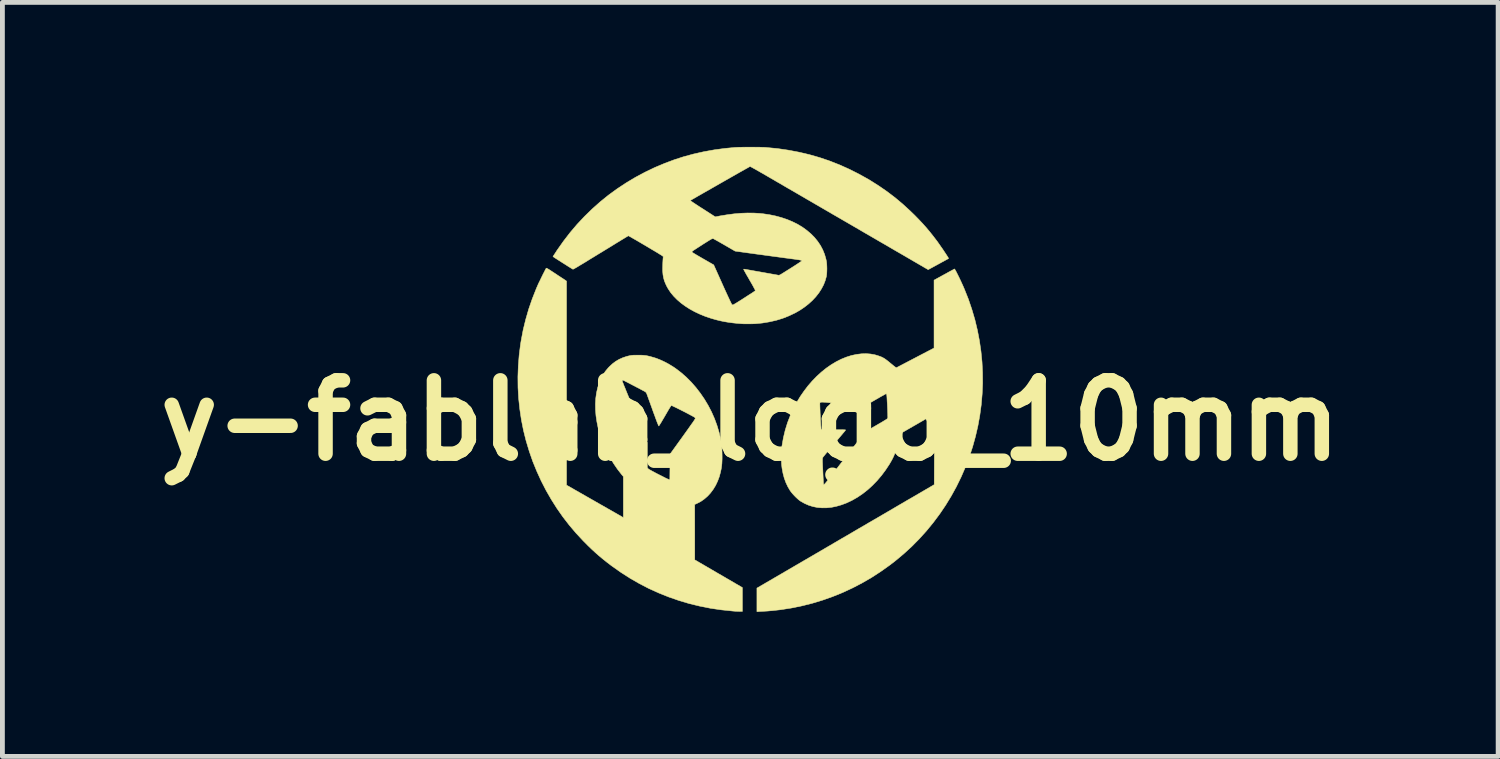
<source format=kicad_pcb>
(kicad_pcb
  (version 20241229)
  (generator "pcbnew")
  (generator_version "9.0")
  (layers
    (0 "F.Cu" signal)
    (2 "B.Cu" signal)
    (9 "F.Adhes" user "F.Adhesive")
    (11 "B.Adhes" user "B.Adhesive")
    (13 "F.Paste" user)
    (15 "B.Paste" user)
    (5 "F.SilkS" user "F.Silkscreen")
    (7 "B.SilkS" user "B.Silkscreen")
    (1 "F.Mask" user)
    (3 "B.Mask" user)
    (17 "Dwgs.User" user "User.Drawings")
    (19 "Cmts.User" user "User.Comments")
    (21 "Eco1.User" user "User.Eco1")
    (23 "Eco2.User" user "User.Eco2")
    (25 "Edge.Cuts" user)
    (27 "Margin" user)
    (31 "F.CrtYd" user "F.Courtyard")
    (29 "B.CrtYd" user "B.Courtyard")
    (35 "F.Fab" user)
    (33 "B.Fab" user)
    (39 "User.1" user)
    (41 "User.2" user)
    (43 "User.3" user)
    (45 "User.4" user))
  (footprint "y-fablab_logo_10mm"
    (layer "F.Cu")
    (at 12.526 4.918)
    (property "Reference" "y-fablab_logo_10mm" (at 0 0.762 0) (layer "F.SilkS") (effects (font (size 1.524 1.524) (thickness 0.3))))
    (attr through_hole)
    (fp_poly (pts (xy -4.226 -2.399) (xy -4.217 -2.395) (xy -4.205 -2.388) (xy -4.187 -2.378) (xy -4.165 -2.364) (xy -4.136 -2.345) (xy -4.101 -2.322) (xy -4.058 -2.294) (xy -4.038 -2.281) (xy -3.997 -2.253) (xy -3.958 -2.228) (xy -3.922 -2.204) (xy -3.891 -2.184) (xy -3.865 -2.167) (xy -3.846 -2.154) (xy -3.833 -2.145) (xy -3.83 -2.143) (xy -3.815 -2.132) (xy -3.815 2.103) (xy -3.225 2.44) (xy -2.635 2.777) (xy -2.635 1.925) (xy -2.669 1.885) (xy -2.755 1.775) (xy -2.834 1.66) (xy -2.906 1.542) (xy -2.972 1.42) (xy -3.029 1.297) (xy -3.08 1.171) (xy -3.123 1.045) (xy -3.158 0.918) (xy -3.184 0.791) (xy -3.203 0.665) (xy -3.213 0.541) (xy -3.215 0.419) (xy -3.208 0.301) (xy -3.192 0.186) (xy -3.167 0.077) (xy -3.137 -0.019) (xy -3.115 -0.07) (xy -2.659 -0.07) (xy -2.658 -0.056) (xy -2.655 -0.047) (xy -2.652 -0.039) (xy -2.645 -0.022) (xy -2.635 0.003) (xy -2.622 0.037) (xy -2.605 0.077) (xy -2.586 0.125) (xy -2.564 0.179) (xy -2.54 0.238) (xy -2.513 0.302) (xy -2.486 0.37) (xy -2.456 0.442) (xy -2.425 0.517) (xy -2.394 0.595) (xy -2.392 0.597) (xy -2.138 1.219) (xy -2.138 1.739) (xy -2.126 1.757) (xy -2.121 1.762) (xy -2.113 1.768) (xy -2.101 1.776) (xy -2.084 1.786) (xy -2.061 1.799) (xy -2.032 1.815) (xy -1.996 1.834) (xy -1.952 1.858) (xy -1.905 1.882) (xy -1.847 1.911) (xy -1.798 1.936) (xy -1.757 1.957) (xy -1.725 1.972) (xy -1.701 1.982) (xy -1.687 1.988) (xy -1.683 1.988) (xy -1.67 1.987) (xy -1.667 1.722) (xy -1.664 1.458) (xy -1.403 1.096) (xy -1.35 1.022) (xy -1.302 0.955) (xy -1.261 0.897) (xy -1.226 0.847) (xy -1.196 0.806) (xy -1.173 0.772) (xy -1.157 0.747) (xy -1.146 0.73) (xy -1.142 0.721) (xy -1.142 0.721) (xy -1.145 0.707) (xy -1.152 0.698) (xy -1.159 0.693) (xy -1.175 0.684) (xy -1.198 0.671) (xy -1.226 0.656) (xy -1.26 0.638) (xy -1.297 0.618) (xy -1.337 0.597) (xy -1.378 0.576) (xy -1.42 0.555) (xy -1.461 0.534) (xy -1.501 0.514) (xy -1.537 0.496) (xy -1.569 0.481) (xy -1.597 0.468) (xy -1.618 0.458) (xy -1.631 0.452) (xy -1.636 0.451) (xy -1.64 0.453) (xy -1.646 0.458) (xy -1.653 0.468) (xy -1.663 0.483) (xy -1.676 0.504) (xy -1.693 0.531) (xy -1.713 0.565) (xy -1.737 0.607) (xy -1.766 0.657) (xy -1.77 0.664) (xy -1.797 0.71) (xy -1.822 0.752) (xy -1.844 0.79) (xy -1.863 0.821) (xy -1.879 0.846) (xy -1.89 0.864) (xy -1.898 0.874) (xy -1.9 0.876) (xy -1.903 0.871) (xy -1.909 0.858) (xy -1.918 0.836) (xy -1.931 0.805) (xy -1.946 0.765) (xy -1.965 0.715) (xy -1.986 0.656) (xy -2.012 0.587) (xy -2.027 0.545) (xy -2.047 0.488) (xy -2.067 0.434) (xy -2.085 0.383) (xy -2.102 0.336) (xy -2.117 0.295) (xy -2.13 0.259) (xy -2.14 0.231) (xy -2.148 0.211) (xy -2.152 0.199) (xy -2.153 0.197) (xy -2.163 0.181) (xy -2.176 0.168) (xy -2.177 0.167) (xy -2.184 0.163) (xy -2.2 0.154) (xy -2.222 0.142) (xy -2.251 0.127) (xy -2.284 0.109) (xy -2.321 0.089) (xy -2.361 0.069) (xy -2.402 0.047) (xy -2.443 0.026) (xy -2.483 0.005) (xy -2.521 -0.015) (xy -2.556 -0.033) (xy -2.586 -0.048) (xy -2.611 -0.061) (xy -2.629 -0.07) (xy -2.64 -0.075) (xy -2.641 -0.075) (xy -2.653 -0.077) (xy -2.659 -0.07) (xy -3.115 -0.07) (xy -3.1 -0.106) (xy -3.057 -0.187) (xy -3.007 -0.262) (xy -2.948 -0.332) (xy -2.921 -0.36) (xy -2.857 -0.419) (xy -2.79 -0.469) (xy -2.719 -0.51) (xy -2.644 -0.543) (xy -2.562 -0.57) (xy -2.508 -0.583) (xy -2.488 -0.587) (xy -2.469 -0.59) (xy -2.45 -0.592) (xy -2.427 -0.594) (xy -2.4 -0.594) (xy -2.366 -0.595) (xy -2.334 -0.595) (xy -2.286 -0.595) (xy -2.246 -0.594) (xy -2.211 -0.591) (xy -2.179 -0.588) (xy -2.147 -0.583) (xy -2.112 -0.575) (xy -2.072 -0.566) (xy -2.064 -0.563) (xy -1.974 -0.537) (xy -1.881 -0.502) (xy -1.787 -0.459) (xy -1.694 -0.41) (xy -1.604 -0.355) (xy -1.553 -0.321) (xy -1.439 -0.234) (xy -1.33 -0.139) (xy -1.226 -0.035) (xy -1.128 0.077) (xy -1.037 0.195) (xy -0.952 0.319) (xy -0.875 0.448) (xy -0.805 0.582) (xy -0.744 0.72) (xy -0.692 0.861) (xy -0.649 1.004) (xy -0.646 1.016) (xy -0.625 1.104) (xy -0.609 1.187) (xy -0.597 1.268) (xy -0.589 1.35) (xy -0.586 1.436) (xy -0.585 1.503) (xy -0.585 1.56) (xy -0.587 1.61) (xy -0.589 1.654) (xy -0.593 1.694) (xy -0.598 1.733) (xy -0.605 1.774) (xy -0.615 1.819) (xy -0.617 1.83) (xy -0.643 1.928) (xy -0.678 2.021) (xy -0.719 2.108) (xy -0.768 2.189) (xy -0.823 2.263) (xy -0.884 2.33) (xy -0.951 2.389) (xy -1.023 2.44) (xy -1.101 2.481) (xy -1.103 2.482) (xy -1.154 2.505) (xy -1.153 3.08) (xy -1.153 3.654) (xy -0.659 3.942) (xy -0.164 4.23) (xy -0.164 4.725) (xy -0.224 4.725) (xy -0.251 4.724) (xy -0.285 4.723) (xy -0.322 4.721) (xy -0.358 4.718) (xy -0.37 4.717) (xy -0.599 4.693) (xy -0.825 4.66) (xy -1.047 4.616) (xy -1.266 4.563) (xy -1.481 4.499) (xy -1.692 4.426) (xy -1.899 4.343) (xy -2.103 4.251) (xy -2.302 4.148) (xy -2.497 4.036) (xy -2.687 3.914) (xy -2.873 3.783) (xy -2.897 3.765) (xy -2.982 3.7) (xy -3.062 3.636) (xy -3.14 3.571) (xy -3.216 3.504) (xy -3.293 3.433) (xy -3.372 3.357) (xy -3.455 3.273) (xy -3.472 3.256) (xy -3.618 3.099) (xy -3.758 2.934) (xy -3.891 2.762) (xy -4.016 2.583) (xy -4.133 2.398) (xy -4.242 2.208) (xy -4.342 2.013) (xy -4.433 1.813) (xy -4.516 1.61) (xy -4.588 1.403) (xy -4.651 1.194) (xy -4.653 1.188) (xy -4.708 0.969) (xy -4.752 0.748) (xy -4.785 0.526) (xy -4.809 0.303) (xy -4.822 0.078) (xy -4.824 -0.147) (xy -4.816 -0.371) (xy -4.798 -0.596) (xy -4.77 -0.819) (xy -4.757 -0.897) (xy -4.715 -1.119) (xy -4.662 -1.336) (xy -4.6 -1.551) (xy -4.527 -1.762) (xy -4.445 -1.97) (xy -4.415 -2.04) (xy -4.404 -2.065) (xy -4.39 -2.095) (xy -4.373 -2.129) (xy -4.355 -2.166) (xy -4.337 -2.204) (xy -4.318 -2.243) (xy -4.3 -2.28) (xy -4.282 -2.314) (xy -4.267 -2.344) (xy -4.254 -2.369) (xy -4.244 -2.388) (xy -4.238 -2.398) (xy -4.238 -2.399) (xy -4.235 -2.4) (xy -4.232 -2.401) (xy -4.226 -2.399)) (stroke (width 0.01) (type solid)) (fill yes) (layer "F.SilkS"))
    (fp_poly (pts (xy 4.244 -2.381) (xy 4.251 -2.369) (xy 4.263 -2.349) (xy 4.277 -2.323) (xy 4.293 -2.291) (xy 4.311 -2.255) (xy 4.331 -2.215) (xy 4.351 -2.173) (xy 4.372 -2.129) (xy 4.392 -2.085) (xy 4.412 -2.042) (xy 4.43 -2) (xy 4.445 -1.965) (xy 4.528 -1.757) (xy 4.6 -1.545) (xy 4.663 -1.331) (xy 4.715 -1.114) (xy 4.757 -0.896) (xy 4.789 -0.676) (xy 4.811 -0.455) (xy 4.822 -0.233) (xy 4.824 -0.011) (xy 4.814 0.212) (xy 4.795 0.434) (xy 4.765 0.656) (xy 4.725 0.877) (xy 4.675 1.093) (xy 4.615 1.31) (xy 4.545 1.523) (xy 4.465 1.732) (xy 4.376 1.937) (xy 4.278 2.137) (xy 4.171 2.331) (xy 4.055 2.521) (xy 3.931 2.704) (xy 3.798 2.882) (xy 3.657 3.054) (xy 3.508 3.219) (xy 3.352 3.377) (xy 3.187 3.528) (xy 3.016 3.671) (xy 2.897 3.763) (xy 2.711 3.895) (xy 2.521 4.019) (xy 2.326 4.132) (xy 2.127 4.236) (xy 1.923 4.331) (xy 1.716 4.415) (xy 1.505 4.49) (xy 1.291 4.555) (xy 1.073 4.61) (xy 0.853 4.655) (xy 0.629 4.69) (xy 0.484 4.706) (xy 0.448 4.71) (xy 0.409 4.713) (xy 0.365 4.717) (xy 0.315 4.72) (xy 0.257 4.723) (xy 0.19 4.727) (xy 0.184 4.728) (xy 0.138 4.73) (xy 0.138 4.486) (xy 0.138 4.241) (xy 1.539 3.424) (xy 1.657 3.355) (xy 1.775 3.286) (xy 1.894 3.216) (xy 2.012 3.148) (xy 2.128 3.08) (xy 2.243 3.012) (xy 2.356 2.947) (xy 2.466 2.882) (xy 2.573 2.82) (xy 2.677 2.76) (xy 2.776 2.702) (xy 2.87 2.647) (xy 2.959 2.595) (xy 3.042 2.546) (xy 3.119 2.501) (xy 3.19 2.46) (xy 3.252 2.423) (xy 3.308 2.391) (xy 3.355 2.364) (xy 3.379 2.35) (xy 3.819 2.093) (xy 3.822 1.361) (xy 3.823 1.273) (xy 3.823 1.189) (xy 3.824 1.108) (xy 3.824 1.032) (xy 3.824 0.96) (xy 3.824 0.894) (xy 3.825 0.833) (xy 3.825 0.779) (xy 3.825 0.732) (xy 3.825 0.693) (xy 3.825 0.663) (xy 3.825 0.641) (xy 3.825 0.629) (xy 3.825 0.627) (xy 3.82 0.629) (xy 3.807 0.635) (xy 3.788 0.646) (xy 3.764 0.66) (xy 3.736 0.676) (xy 3.723 0.683) (xy 3.697 0.698) (xy 3.664 0.717) (xy 3.625 0.74) (xy 3.58 0.766) (xy 3.533 0.793) (xy 3.483 0.822) (xy 3.433 0.851) (xy 3.389 0.876) (xy 3.155 1.011) (xy 3.149 1.033) (xy 3.142 1.054) (xy 3.133 1.082) (xy 3.121 1.117) (xy 3.107 1.157) (xy 3.092 1.2) (xy 3.077 1.244) (xy 3.061 1.287) (xy 3.046 1.329) (xy 3.032 1.366) (xy 3.02 1.398) (xy 3.012 1.418) (xy 2.991 1.471) (xy 2.971 1.517) (xy 2.951 1.558) (xy 2.929 1.599) (xy 2.904 1.642) (xy 2.889 1.668) (xy 2.809 1.789) (xy 2.724 1.903) (xy 2.633 2.01) (xy 2.537 2.109) (xy 2.437 2.2) (xy 2.333 2.282) (xy 2.225 2.355) (xy 2.115 2.418) (xy 2.103 2.424) (xy 1.997 2.474) (xy 1.892 2.513) (xy 1.788 2.543) (xy 1.686 2.564) (xy 1.586 2.574) (xy 1.487 2.575) (xy 1.392 2.567) (xy 1.299 2.548) (xy 1.21 2.52) (xy 1.124 2.482) (xy 1.042 2.435) (xy 1.037 2.432) (xy 1.009 2.411) (xy 0.977 2.383) (xy 0.943 2.351) (xy 0.909 2.316) (xy 0.877 2.281) (xy 0.85 2.248) (xy 0.829 2.22) (xy 0.78 2.137) (xy 0.739 2.05) (xy 0.705 1.957) (xy 0.679 1.858) (xy 0.659 1.752) (xy 0.65 1.675) (xy 0.648 1.644) (xy 0.647 1.604) (xy 0.646 1.559) (xy 0.647 1.51) (xy 0.648 1.46) (xy 0.649 1.411) (xy 0.652 1.365) (xy 0.654 1.324) (xy 0.657 1.291) (xy 0.659 1.283) (xy 0.687 1.122) (xy 0.725 0.963) (xy 0.773 0.807) (xy 0.832 0.655) (xy 0.9 0.506) (xy 0.954 0.406) (xy 1.443 0.406) (xy 1.444 0.414) (xy 1.444 0.424) (xy 1.445 0.435) (xy 1.445 0.436) (xy 1.445 0.457) (xy 1.446 0.486) (xy 1.447 0.521) (xy 1.449 0.56) (xy 1.45 0.603) (xy 1.453 0.648) (xy 1.455 0.694) (xy 1.457 0.739) (xy 1.46 0.783) (xy 1.462 0.824) (xy 1.464 0.861) (xy 1.467 0.893) (xy 1.469 0.918) (xy 1.47 0.935) (xy 1.471 0.942) (xy 1.471 0.943) (xy 1.473 0.945) (xy 1.476 0.947) (xy 1.481 0.948) (xy 1.489 0.95) (xy 1.501 0.951) (xy 1.518 0.951) (xy 1.541 0.952) (xy 1.57 0.952) (xy 1.607 0.952) (xy 1.652 0.952) (xy 1.707 0.952) (xy 1.728 0.953) (xy 1.792 0.953) (xy 1.847 0.953) (xy 1.893 0.953) (xy 1.929 0.954) (xy 1.956 0.955) (xy 1.973 0.956) (xy 1.979 0.958) (xy 1.979 0.958) (xy 1.976 0.964) (xy 1.967 0.976) (xy 1.954 0.992) (xy 1.938 1.012) (xy 1.938 1.012) (xy 1.926 1.025) (xy 1.909 1.046) (xy 1.886 1.073) (xy 1.859 1.105) (xy 1.829 1.141) (xy 1.795 1.181) (xy 1.76 1.223) (xy 1.723 1.266) (xy 1.707 1.285) (xy 1.672 1.327) (xy 1.638 1.367) (xy 1.607 1.405) (xy 1.578 1.439) (xy 1.554 1.468) (xy 1.534 1.493) (xy 1.519 1.511) (xy 1.51 1.522) (xy 1.508 1.526) (xy 1.502 1.538) (xy 1.499 1.554) (xy 1.498 1.576) (xy 1.498 1.585) (xy 1.498 1.601) (xy 1.498 1.624) (xy 1.5 1.654) (xy 1.501 1.69) (xy 1.503 1.73) (xy 1.505 1.773) (xy 1.507 1.818) (xy 1.509 1.863) (xy 1.511 1.907) (xy 1.513 1.949) (xy 1.515 1.988) (xy 1.517 2.021) (xy 1.518 2.049) (xy 1.52 2.069) (xy 1.521 2.081) (xy 1.521 2.084) (xy 1.526 2.09) (xy 1.534 2.088) (xy 1.545 2.079) (xy 1.561 2.062) (xy 1.578 2.041) (xy 1.587 2.031) (xy 1.601 2.012) (xy 1.621 1.987) (xy 1.646 1.955) (xy 1.675 1.917) (xy 1.709 1.873) (xy 1.747 1.824) (xy 1.788 1.772) (xy 1.832 1.715) (xy 1.878 1.655) (xy 1.926 1.593) (xy 1.976 1.529) (xy 2.004 1.492) (xy 2.391 0.992) (xy 2.611 0.866) (xy 2.655 0.84) (xy 2.697 0.816) (xy 2.735 0.794) (xy 2.769 0.773) (xy 2.797 0.756) (xy 2.819 0.743) (xy 2.834 0.733) (xy 2.84 0.728) (xy 2.849 0.716) (xy 2.854 0.707) (xy 2.855 0.699) (xy 2.855 0.682) (xy 2.854 0.657) (xy 2.854 0.626) (xy 2.852 0.589) (xy 2.851 0.548) (xy 2.849 0.505) (xy 2.847 0.461) (xy 2.845 0.416) (xy 2.842 0.373) (xy 2.84 0.333) (xy 2.838 0.296) (xy 2.836 0.265) (xy 2.834 0.241) (xy 2.832 0.224) (xy 2.831 0.218) (xy 2.823 0.208) (xy 2.816 0.208) (xy 2.809 0.211) (xy 2.794 0.219) (xy 2.773 0.231) (xy 2.745 0.247) (xy 2.711 0.265) (xy 2.674 0.287) (xy 2.634 0.31) (xy 2.611 0.323) (xy 2.568 0.348) (xy 2.528 0.371) (xy 2.49 0.393) (xy 2.457 0.412) (xy 2.429 0.428) (xy 2.407 0.44) (xy 2.393 0.448) (xy 2.389 0.45) (xy 2.363 0.465) (xy 1.914 0.419) (xy 1.833 0.411) (xy 1.761 0.404) (xy 1.699 0.397) (xy 1.645 0.392) (xy 1.6 0.388) (xy 1.561 0.384) (xy 1.53 0.382) (xy 1.504 0.381) (xy 1.484 0.381) (xy 1.469 0.382) (xy 1.458 0.385) (xy 1.451 0.388) (xy 1.446 0.393) (xy 1.444 0.399) (xy 1.443 0.406) (xy 0.954 0.406) (xy 0.965 0.384) (xy 1.038 0.263) (xy 1.117 0.149) (xy 1.2 0.04) (xy 1.289 -0.062) (xy 1.381 -0.157) (xy 1.477 -0.244) (xy 1.576 -0.324) (xy 1.678 -0.395) (xy 1.781 -0.457) (xy 1.887 -0.511) (xy 1.993 -0.554) (xy 2.1 -0.588) (xy 2.109 -0.59) (xy 2.209 -0.611) (xy 2.308 -0.623) (xy 2.404 -0.626) (xy 2.497 -0.619) (xy 2.586 -0.603) (xy 2.65 -0.584) (xy 2.69 -0.57) (xy 2.724 -0.557) (xy 2.756 -0.541) (xy 2.786 -0.524) (xy 2.817 -0.502) (xy 2.851 -0.476) (xy 2.891 -0.444) (xy 2.895 -0.44) (xy 2.923 -0.417) (xy 2.95 -0.395) (xy 2.973 -0.376) (xy 2.993 -0.36) (xy 3.006 -0.35) (xy 3.01 -0.348) (xy 3.031 -0.333) (xy 3.423 -0.538) (xy 3.815 -0.743) (xy 3.815 -2.152) (xy 4.026 -2.268) (xy 4.069 -2.291) (xy 4.109 -2.314) (xy 4.146 -2.334) (xy 4.178 -2.351) (xy 4.204 -2.365) (xy 4.224 -2.376) (xy 4.236 -2.383) (xy 4.239 -2.385) (xy 4.244 -2.381)) (stroke (width 0.01) (type solid)) (fill yes) (layer "F.SilkS"))
    (fp_poly (pts (xy 0.084 -4.913) (xy 0.143 -4.912) (xy 0.198 -4.912) (xy 0.248 -4.91) (xy 0.29 -4.909) (xy 0.325 -4.907) (xy 0.333 -4.906) (xy 0.563 -4.884) (xy 0.789 -4.851) (xy 1.01 -4.809) (xy 1.227 -4.758) (xy 1.44 -4.697) (xy 1.649 -4.626) (xy 1.855 -4.545) (xy 2.058 -4.454) (xy 2.258 -4.353) (xy 2.456 -4.243) (xy 2.487 -4.224) (xy 2.666 -4.111) (xy 2.837 -3.993) (xy 3.003 -3.867) (xy 3.163 -3.733) (xy 3.319 -3.59) (xy 3.411 -3.501) (xy 3.497 -3.413) (xy 3.577 -3.328) (xy 3.652 -3.244) (xy 3.724 -3.158) (xy 3.795 -3.069) (xy 3.857 -2.988) (xy 3.88 -2.958) (xy 3.904 -2.924) (xy 3.93 -2.887) (xy 3.956 -2.849) (xy 3.983 -2.811) (xy 4.009 -2.773) (xy 4.033 -2.736) (xy 4.056 -2.702) (xy 4.076 -2.671) (xy 4.093 -2.645) (xy 4.106 -2.624) (xy 4.114 -2.609) (xy 4.116 -2.602) (xy 4.116 -2.601) (xy 4.111 -2.599) (xy 4.098 -2.591) (xy 4.077 -2.58) (xy 4.05 -2.565) (xy 4.018 -2.547) (xy 3.98 -2.527) (xy 3.939 -2.504) (xy 3.904 -2.485) (xy 3.693 -2.37) (xy 3.658 -2.391) (xy 3.647 -2.397) (xy 3.628 -2.408) (xy 3.602 -2.423) (xy 3.569 -2.443) (xy 3.53 -2.465) (xy 3.487 -2.49) (xy 3.439 -2.518) (xy 3.389 -2.547) (xy 3.336 -2.578) (xy 3.31 -2.593) (xy 3.245 -2.631) (xy 3.173 -2.673) (xy 3.097 -2.717) (xy 3.017 -2.763) (xy 2.938 -2.809) (xy 2.86 -2.855) (xy 2.786 -2.898) (xy 2.718 -2.937) (xy 2.688 -2.954) (xy 2.627 -2.99) (xy 2.558 -3.03) (xy 2.484 -3.073) (xy 2.406 -3.118) (xy 2.327 -3.164) (xy 2.249 -3.21) (xy 2.173 -3.254) (xy 2.101 -3.296) (xy 2.04 -3.331) (xy 1.987 -3.362) (xy 1.926 -3.397) (xy 1.858 -3.437) (xy 1.785 -3.479) (xy 1.707 -3.524) (xy 1.627 -3.571) (xy 1.544 -3.619) (xy 1.46 -3.668) (xy 1.377 -3.716) (xy 1.295 -3.764) (xy 1.216 -3.81) (xy 1.177 -3.832) (xy 1.101 -3.877) (xy 1.021 -3.923) (xy 0.939 -3.971) (xy 0.856 -4.019) (xy 0.774 -4.066) (xy 0.694 -4.113) (xy 0.616 -4.159) (xy 0.542 -4.201) (xy 0.473 -4.242) (xy 0.41 -4.278) (xy 0.355 -4.31) (xy 0.328 -4.326) (xy 0.275 -4.357) (xy 0.223 -4.386) (xy 0.175 -4.414) (xy 0.131 -4.439) (xy 0.092 -4.461) (xy 0.059 -4.479) (xy 0.032 -4.494) (xy 0.011 -4.505) (xy -0.001 -4.511) (xy -0.005 -4.512) (xy -0.01 -4.509) (xy -0.024 -4.502) (xy -0.046 -4.489) (xy -0.075 -4.473) (xy -0.111 -4.453) (xy -0.153 -4.429) (xy -0.2 -4.403) (xy -0.251 -4.374) (xy -0.307 -4.342) (xy -0.365 -4.309) (xy -0.427 -4.274) (xy -0.49 -4.238) (xy -0.555 -4.201) (xy -0.62 -4.164) (xy -0.686 -4.126) (xy -0.751 -4.089) (xy -0.814 -4.053) (xy -0.876 -4.017) (xy -0.935 -3.984) (xy -0.991 -3.952) (xy -1.043 -3.922) (xy -1.091 -3.895) (xy -1.133 -3.87) (xy -1.17 -3.849) (xy -1.2 -3.832) (xy -1.223 -3.818) (xy -1.238 -3.809) (xy -1.245 -3.805) (xy -1.245 -3.805) (xy -1.242 -3.802) (xy -1.23 -3.793) (xy -1.211 -3.78) (xy -1.185 -3.762) (xy -1.153 -3.741) (xy -1.117 -3.717) (xy -1.076 -3.69) (xy -1.031 -3.661) (xy -0.988 -3.634) (xy -0.727 -3.466) (xy -0.631 -3.485) (xy -0.478 -3.51) (xy -0.333 -3.529) (xy -0.193 -3.541) (xy -0.058 -3.546) (xy 0.073 -3.545) (xy 0.202 -3.537) (xy 0.275 -3.529) (xy 0.402 -3.51) (xy 0.527 -3.484) (xy 0.648 -3.451) (xy 0.764 -3.412) (xy 0.874 -3.366) (xy 0.978 -3.315) (xy 1.073 -3.258) (xy 1.077 -3.256) (xy 1.171 -3.188) (xy 1.256 -3.116) (xy 1.333 -3.039) (xy 1.399 -2.958) (xy 1.457 -2.872) (xy 1.505 -2.781) (xy 1.543 -2.687) (xy 1.571 -2.589) (xy 1.581 -2.543) (xy 1.585 -2.513) (xy 1.588 -2.475) (xy 1.59 -2.433) (xy 1.591 -2.389) (xy 1.59 -2.344) (xy 1.588 -2.302) (xy 1.585 -2.266) (xy 1.581 -2.237) (xy 1.581 -2.233) (xy 1.556 -2.144) (xy 1.522 -2.056) (xy 1.477 -1.971) (xy 1.424 -1.888) (xy 1.361 -1.808) (xy 1.29 -1.732) (xy 1.21 -1.659) (xy 1.123 -1.591) (xy 1.028 -1.527) (xy 0.926 -1.469) (xy 0.925 -1.469) (xy 0.801 -1.41) (xy 0.672 -1.359) (xy 0.537 -1.318) (xy 0.396 -1.286) (xy 0.251 -1.262) (xy 0.119 -1.249) (xy 0.088 -1.247) (xy 0.05 -1.246) (xy 0.008 -1.245) (xy -0.036 -1.245) (xy -0.08 -1.245) (xy -0.119 -1.245) (xy -0.153 -1.246) (xy -0.169 -1.247) (xy -0.272 -1.255) (xy -0.367 -1.265) (xy -0.455 -1.277) (xy -0.539 -1.291) (xy -0.621 -1.308) (xy -0.703 -1.328) (xy -0.788 -1.352) (xy -0.815 -1.36) (xy -0.934 -1.4) (xy -1.047 -1.446) (xy -1.155 -1.497) (xy -1.257 -1.553) (xy -1.352 -1.614) (xy -1.439 -1.678) (xy -1.518 -1.746) (xy -1.589 -1.818) (xy -1.651 -1.892) (xy -1.703 -1.97) (xy -1.732 -2.021) (xy -1.762 -2.084) (xy -1.785 -2.144) (xy -1.801 -2.203) (xy -1.812 -2.264) (xy -1.818 -2.331) (xy -1.819 -2.349) (xy -1.819 -2.375) (xy -1.819 -2.406) (xy -1.818 -2.441) (xy -1.817 -2.478) (xy -1.816 -2.515) (xy -1.814 -2.551) (xy -1.812 -2.584) (xy -1.81 -2.61) (xy -1.808 -2.63) (xy -1.807 -2.638) (xy -1.807 -2.64) (xy -1.81 -2.644) (xy -1.815 -2.649) (xy -1.824 -2.655) (xy -1.836 -2.664) (xy -1.853 -2.675) (xy -1.875 -2.688) (xy -1.902 -2.705) (xy -1.936 -2.726) (xy -1.951 -2.735) (xy -1.21 -2.735) (xy -1.209 -2.733) (xy -1.204 -2.729) (xy -1.19 -2.72) (xy -1.169 -2.707) (xy -1.141 -2.69) (xy -1.108 -2.67) (xy -1.07 -2.648) (xy -1.029 -2.624) (xy -0.984 -2.598) (xy -0.982 -2.597) (xy -0.759 -2.469) (xy -0.576 -2.061) (xy -0.545 -1.992) (xy -0.516 -1.928) (xy -0.489 -1.869) (xy -0.464 -1.815) (xy -0.442 -1.768) (xy -0.423 -1.728) (xy -0.407 -1.695) (xy -0.395 -1.67) (xy -0.386 -1.653) (xy -0.382 -1.645) (xy -0.381 -1.645) (xy -0.369 -1.639) (xy -0.355 -1.64) (xy -0.347 -1.644) (xy -0.332 -1.653) (xy -0.31 -1.666) (xy -0.281 -1.683) (xy -0.248 -1.704) (xy -0.211 -1.727) (xy -0.171 -1.752) (xy -0.147 -1.768) (xy -0.094 -1.802) (xy -0.049 -1.831) (xy -0.012 -1.855) (xy 0.019 -1.874) (xy 0.043 -1.89) (xy 0.062 -1.903) (xy 0.077 -1.913) (xy 0.087 -1.92) (xy 0.094 -1.925) (xy 0.099 -1.929) (xy 0.101 -1.932) (xy 0.102 -1.935) (xy 0.103 -1.937) (xy 0.103 -1.937) (xy 0.102 -1.944) (xy 0.096 -1.958) (xy 0.084 -1.98) (xy 0.068 -2.01) (xy 0.047 -2.049) (xy 0.02 -2.096) (xy -0.012 -2.151) (xy -0.014 -2.154) (xy -0.038 -2.197) (xy -0.062 -2.238) (xy -0.083 -2.274) (xy -0.101 -2.307) (xy -0.116 -2.334) (xy -0.127 -2.354) (xy -0.134 -2.367) (xy -0.136 -2.371) (xy -0.136 -2.38) (xy -0.132 -2.381) (xy -0.125 -2.38) (xy -0.109 -2.378) (xy -0.085 -2.374) (xy -0.052 -2.368) (xy -0.013 -2.361) (xy 0.032 -2.353) (xy 0.083 -2.344) (xy 0.138 -2.334) (xy 0.197 -2.324) (xy 0.235 -2.317) (xy 0.594 -2.253) (xy 0.619 -2.263) (xy 0.628 -2.268) (xy 0.646 -2.278) (xy 0.669 -2.293) (xy 0.699 -2.311) (xy 0.732 -2.332) (xy 0.769 -2.355) (xy 0.807 -2.379) (xy 0.847 -2.404) (xy 0.886 -2.429) (xy 0.924 -2.453) (xy 0.959 -2.476) (xy 0.991 -2.497) (xy 1.018 -2.515) (xy 1.039 -2.529) (xy 1.053 -2.539) (xy 1.058 -2.543) (xy 1.063 -2.548) (xy 1.066 -2.551) (xy 1.068 -2.555) (xy 1.068 -2.558) (xy 1.064 -2.561) (xy 1.056 -2.564) (xy 1.044 -2.567) (xy 1.027 -2.571) (xy 1.003 -2.575) (xy 0.973 -2.579) (xy 0.936 -2.585) (xy 0.891 -2.591) (xy 0.836 -2.598) (xy 0.773 -2.607) (xy 0.738 -2.611) (xy 0.637 -2.625) (xy 0.533 -2.639) (xy 0.429 -2.653) (xy 0.325 -2.667) (xy 0.224 -2.681) (xy 0.126 -2.694) (xy 0.034 -2.707) (xy -0.05 -2.718) (xy -0.126 -2.729) (xy -0.135 -2.73) (xy -0.315 -2.755) (xy -0.536 -2.883) (xy -0.581 -2.909) (xy -0.623 -2.933) (xy -0.661 -2.955) (xy -0.696 -2.974) (xy -0.724 -2.99) (xy -0.747 -3.002) (xy -0.762 -3.011) (xy -0.77 -3.014) (xy -0.77 -3.014) (xy -0.782 -3.014) (xy -0.798 -3.01) (xy -0.8 -3.009) (xy -0.809 -3.004) (xy -0.826 -2.995) (xy -0.849 -2.981) (xy -0.878 -2.963) (xy -0.91 -2.943) (xy -0.945 -2.921) (xy -0.983 -2.897) (xy -1.02 -2.873) (xy -1.057 -2.849) (xy -1.093 -2.826) (xy -1.125 -2.805) (xy -1.153 -2.787) (xy -1.176 -2.772) (xy -1.192 -2.76) (xy -1.201 -2.754) (xy -1.201 -2.753) (xy -1.21 -2.743) (xy -1.21 -2.735) (xy -1.951 -2.735) (xy -1.976 -2.75) (xy -2.024 -2.778) (xy -2.079 -2.811) (xy -2.143 -2.849) (xy -2.164 -2.862) (xy -2.221 -2.895) (xy -2.275 -2.927) (xy -2.326 -2.957) (xy -2.372 -2.984) (xy -2.415 -3.008) (xy -2.451 -3.029) (xy -2.482 -3.047) (xy -2.506 -3.06) (xy -2.522 -3.069) (xy -2.531 -3.073) (xy -2.531 -3.073) (xy -2.537 -3.07) (xy -2.551 -3.061) (xy -2.572 -3.049) (xy -2.6 -3.032) (xy -2.633 -3.012) (xy -2.671 -2.989) (xy -2.713 -2.963) (xy -2.758 -2.936) (xy -2.784 -2.92) (xy -2.889 -2.855) (xy -2.986 -2.796) (xy -3.074 -2.742) (xy -3.155 -2.693) (xy -3.228 -2.648) (xy -3.294 -2.608) (xy -3.353 -2.572) (xy -3.405 -2.539) (xy -3.452 -2.511) (xy -3.493 -2.486) (xy -3.529 -2.465) (xy -3.56 -2.446) (xy -3.586 -2.43) (xy -3.608 -2.417) (xy -3.627 -2.406) (xy -3.642 -2.398) (xy -3.654 -2.391) (xy -3.663 -2.386) (xy -3.67 -2.383) (xy -3.675 -2.381) (xy -3.679 -2.379) (xy -3.681 -2.379) (xy -3.683 -2.379) (xy -3.683 -2.379) (xy -3.691 -2.384) (xy -3.706 -2.393) (xy -3.728 -2.406) (xy -3.755 -2.423) (xy -3.786 -2.442) (xy -3.82 -2.464) (xy -3.856 -2.487) (xy -3.893 -2.51) (xy -3.93 -2.534) (xy -3.966 -2.557) (xy -4 -2.578) (xy -4.03 -2.598) (xy -4.056 -2.614) (xy -4.076 -2.628) (xy -4.089 -2.637) (xy -4.096 -2.641) (xy -4.096 -2.641) (xy -4.093 -2.647) (xy -4.085 -2.659) (xy -4.072 -2.679) (xy -4.056 -2.703) (xy -4.037 -2.732) (xy -4.016 -2.765) (xy -4.01 -2.774) (xy -3.879 -2.96) (xy -3.741 -3.139) (xy -3.596 -3.31) (xy -3.443 -3.473) (xy -3.283 -3.629) (xy -3.117 -3.777) (xy -2.944 -3.917) (xy -2.764 -4.048) (xy -2.578 -4.171) (xy -2.386 -4.286) (xy -2.188 -4.392) (xy -1.984 -4.49) (xy -1.775 -4.578) (xy -1.583 -4.65) (xy -1.382 -4.715) (xy -1.176 -4.771) (xy -0.966 -4.818) (xy -0.75 -4.857) (xy -0.529 -4.887) (xy -0.328 -4.906) (xy -0.297 -4.908) (xy -0.257 -4.91) (xy -0.209 -4.911) (xy -0.156 -4.912) (xy -0.098 -4.913) (xy -0.038 -4.913) (xy 0.023 -4.913) (xy 0.084 -4.913)) (stroke (width 0.01) (type solid)) (fill yes) (layer "F.SilkS")))
  (gr_rect
    (start -3 -3)
    (end 28.052 12.653)
    (stroke (width 0.1) (type default))
    (fill no)
    (layer "Edge.Cuts")))
</source>
